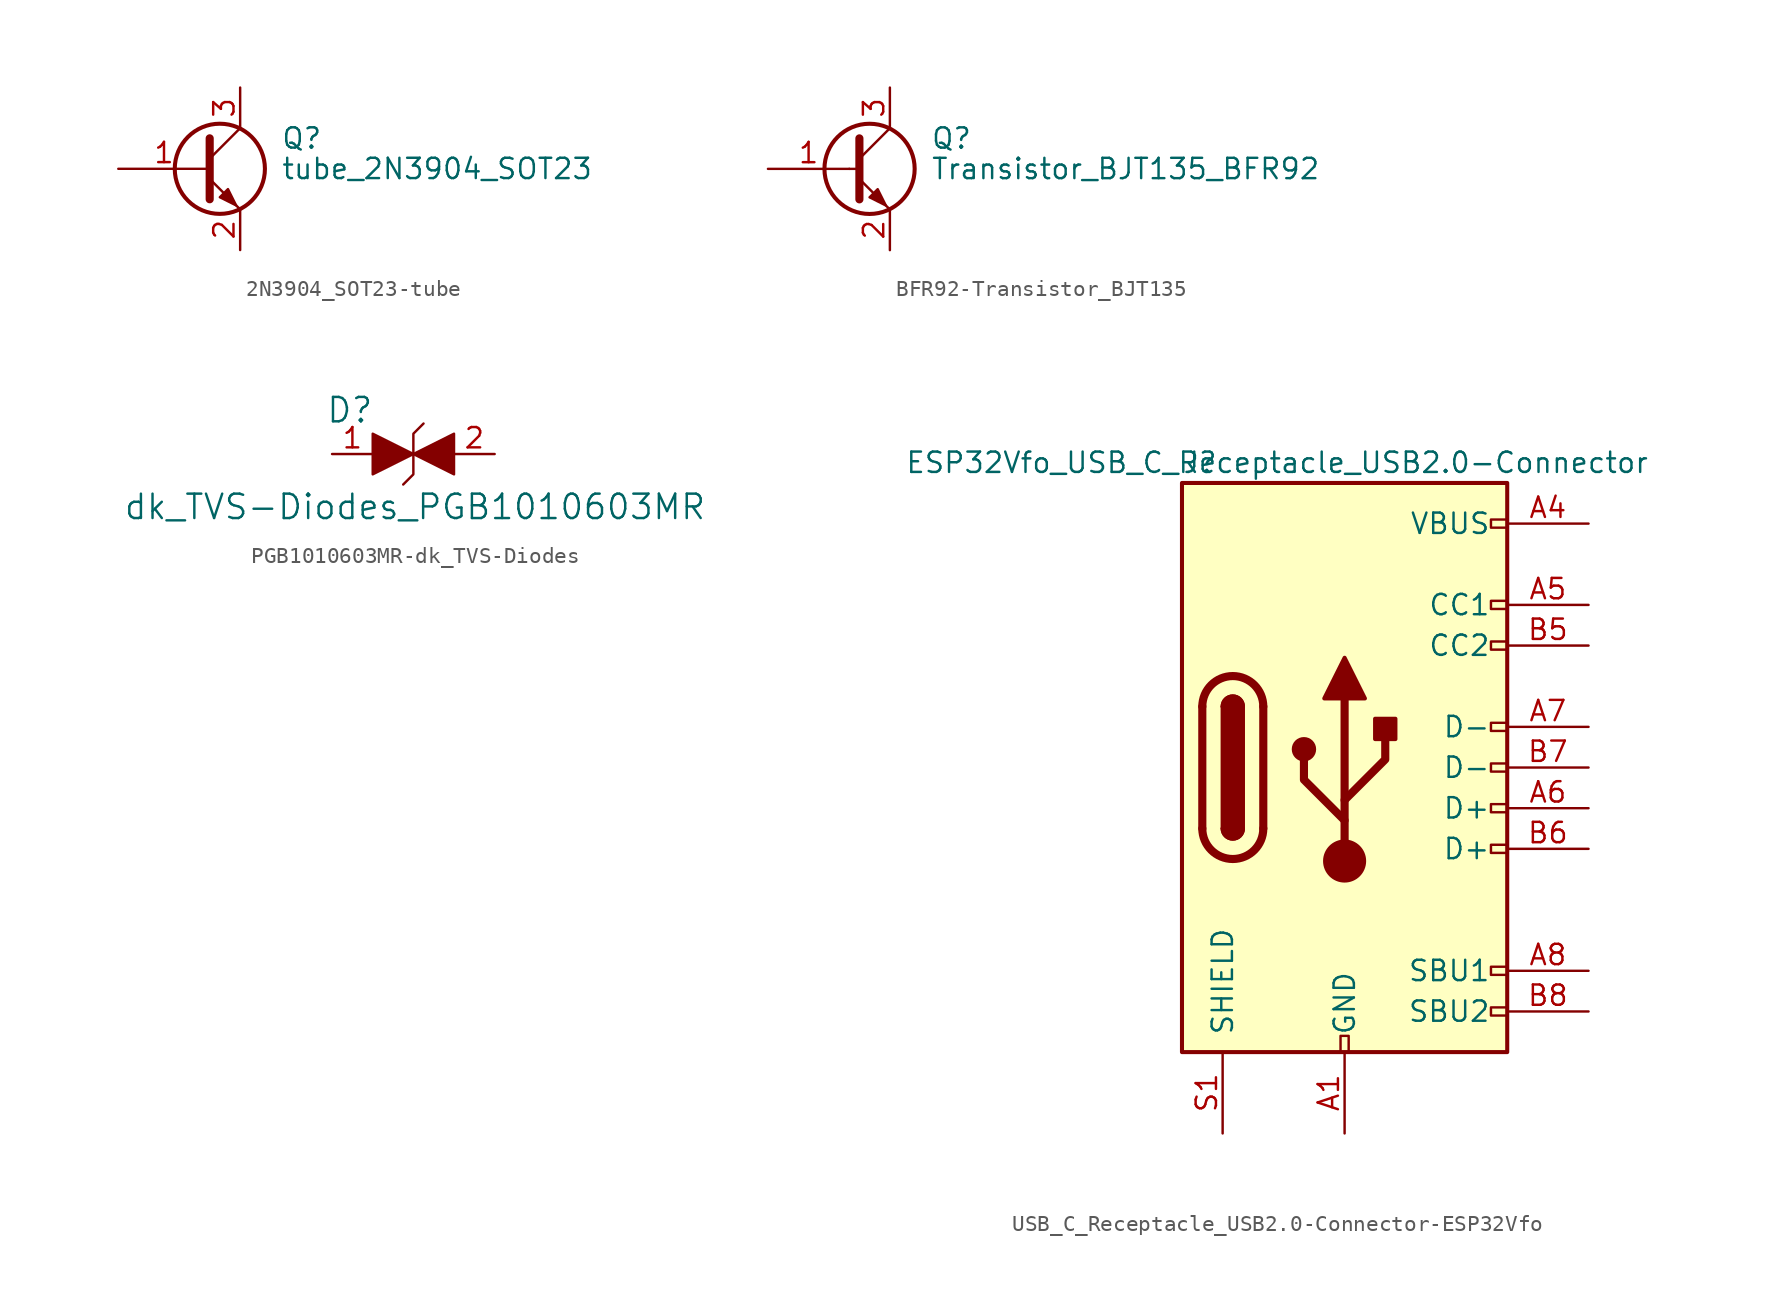
<source format=kicad_sym>
(kicad_symbol_lib
  (version 20220914)
  (generator kicad_symbol_editor)
  (symbol "2N3904_SOT23-tube"
    (pin_names
      (offset 0) hide)
    (property "Reference" "Q"
      (at 5.08 1.905 0)
      (effects (font (size 1.27 1.27)) (justify left)))
    (property "Value" "tube_2N3904_SOT23"
      (at 5.08 0 0)
      (effects (font (size 1.27 1.27)) (justify left)))
    (symbol "2N3904_SOT23-tube_0_1"
      (polyline (pts (xy 0.635 0.635) (xy 2.54 2.54)) (stroke (width 0) (type solid)) (fill (type none)))
      (polyline (pts (xy 0.635 -0.635) (xy 2.54 -2.54) (xy 2.54 -2.54)) (stroke (width 0) (type solid)) (fill (type none)))
      (polyline (pts (xy 0.635 1.905) (xy 0.635 -1.905) (xy 0.635 -1.905)) (stroke (width 0.508) (type solid)) (fill (type none)))
      (polyline (pts (xy 1.27 -1.778) (xy 1.778 -1.27) (xy 2.286 -2.286) (xy 1.27 -1.778) (xy 1.27 -1.778)) (stroke (width 0) (type solid)) (fill (type outline)))
      (circle (center 1.27 0) (radius 2.819) (stroke (width 0.254) (type solid)) (fill (type none))))
    (symbol "2N3904_SOT23-tube_1_1"
      (pin passive line (at -5.08 0 0) (length 5.715) (name "B" (effects (font (size 1.27 1.27)))) (number "1" (effects (font (size 1.27 1.27)))))
      (pin passive line (at 2.54 -5.08 90) (length 2.54) (name "E" (effects (font (size 1.27 1.27)))) (number "2" (effects (font (size 1.27 1.27)))))
      (pin passive line (at 2.54 5.08 270) (length 2.54) (name "C" (effects (font (size 1.27 1.27)))) (number "3" (effects (font (size 1.27 1.27)))))))
  (symbol "BFR92-Transistor_BJT135"
    (pin_names
      (offset 0) hide)
    (property "Reference" "Q"
      (at 5.08 1.905 0)
      (effects (font (size 1.27 1.27)) (justify left)))
    (property "Value" "Transistor_BJT135_BFR92"
      (at 5.08 0 0)
      (effects (font (size 1.27 1.27)) (justify left)))
    (symbol "BFR92-Transistor_BJT135_0_1"
      (polyline (pts (xy 0 0) (xy 0.635 0)) (stroke (width 0) (type solid)) (fill (type none)))
      (polyline (pts (xy 0.635 0.635) (xy 2.54 2.54)) (stroke (width 0) (type solid)) (fill (type none)))
      (polyline (pts (xy 2.54 -2.54) (xy 0.635 -0.635)) (stroke (width 0) (type solid)) (fill (type none)))
      (polyline (pts (xy 0.635 1.905) (xy 0.635 0) (xy 0.635 -1.905) (xy 0.635 -1.905)) (stroke (width 0.508) (type solid)) (fill (type none)))
      (polyline (pts (xy 2.286 -2.286) (xy 1.778 -1.27) (xy 1.27 -1.778) (xy 2.286 -2.286) (xy 2.286 -2.286)) (stroke (width 0) (type solid)) (fill (type outline)))
      (circle (center 1.27 0) (radius 2.819) (stroke (width 0.254) (type solid)) (fill (type none))))
    (symbol "BFR92-Transistor_BJT135_1_1"
      (pin input line (at -5.08 0 0) (length 5.08) (name "B" (effects (font (size 1.27 1.27)))) (number "1" (effects (font (size 1.27 1.27)))))
      (pin passive line (at 2.54 -5.08 90) (length 2.54) (name "E" (effects (font (size 1.27 1.27)))) (number "2" (effects (font (size 1.27 1.27)))))
      (pin passive line (at 2.54 5.08 270) (length 2.54) (name "C" (effects (font (size 1.27 1.27)))) (number "3" (effects (font (size 1.27 1.27)))))))
  (symbol "PGB1010603MR-dk_TVS-Diodes"
    (pin_names
      (offset 1.016))
    (property "Reference" "D"
      (at -5.486 2.743 0)
      (effects (font (size 1.524 1.524)) (justify left)))
    (property "Value" "dk_TVS-Diodes_PGB1010603MR"
      (at 0.102 -3.302 0)
      (effects (font (size 1.524 1.524))))
    (symbol "PGB1010603MR-dk_TVS-Diodes_0_1"
      (polyline (pts (xy 0 0) (xy 0 -1.27) (xy -0.635 -1.905)) (stroke (width 0) (type solid)) (fill (type none)))
      (polyline (pts (xy 0 0) (xy 0 1.27) (xy 0.635 1.905)) (stroke (width 0) (type solid)) (fill (type none)))
      (polyline (pts (xy -2.54 1.27) (xy -2.54 -1.27) (xy 0 0) (xy -2.54 1.27)) (stroke (width 0) (type solid)) (fill (type outline)))
      (polyline (pts (xy 2.54 1.27) (xy 2.54 -1.27) (xy 0 0) (xy 2.54 1.27)) (stroke (width 0) (type solid)) (fill (type outline))))
    (symbol "PGB1010603MR-dk_TVS-Diodes_1_1"
      (pin passive line (at -5.08 0 0) (length 2.54) (name "~" (effects (font (size 1.27 1.27)))) (number "1" (effects (font (size 1.27 1.27)))))
      (pin passive line (at 5.08 0 180) (length 2.54) (name "~" (effects (font (size 1.27 1.27)))) (number "2" (effects (font (size 1.27 1.27)))))))
  (symbol "USB_C_Receptacle_USB2.0-Connector-ESP32Vfo"
    (pin_names
      (offset 1.016))
    (property "Reference" "J"
      (at -10.16 19.05 0)
      (effects (font (size 1.27 1.27)) (justify left)))
    (property "Value" "ESP32Vfo_USB_C_Receptacle_USB2.0-Connector"
      (at 19.05 19.05 0)
      (effects (font (size 1.27 1.27)) (justify right)))
    (symbol "USB_C_Receptacle_USB2.0-Connector-ESP32Vfo_0_0"
      (rectangle (start -0.254 -17.78) (end 0.254 -16.764) (stroke (width 0) (type solid)) (fill (type none)))
      (rectangle (start 10.16 -14.986) (end 9.144 -15.494) (stroke (width 0) (type solid)) (fill (type none)))
      (rectangle (start 10.16 -12.446) (end 9.144 -12.954) (stroke (width 0) (type solid)) (fill (type none)))
      (rectangle (start 10.16 -4.826) (end 9.144 -5.334) (stroke (width 0) (type solid)) (fill (type none)))
      (rectangle (start 10.16 -2.286) (end 9.144 -2.794) (stroke (width 0) (type solid)) (fill (type none)))
      (rectangle (start 10.16 0.254) (end 9.144 -0.254) (stroke (width 0) (type solid)) (fill (type none)))
      (rectangle (start 10.16 2.794) (end 9.144 2.286) (stroke (width 0) (type solid)) (fill (type none)))
      (rectangle (start 10.16 7.874) (end 9.144 7.366) (stroke (width 0) (type solid)) (fill (type none)))
      (rectangle (start 10.16 10.414) (end 9.144 9.906) (stroke (width 0) (type solid)) (fill (type none)))
      (rectangle (start 10.16 15.494) (end 9.144 14.986) (stroke (width 0) (type solid)) (fill (type none))))
    (symbol "USB_C_Receptacle_USB2.0-Connector-ESP32Vfo_0_1"
      (rectangle (start -10.16 17.78) (end 10.16 -17.78) (stroke (width 0.254) (type solid)) (fill (type background)))
      (arc (start -8.89 -3.81) (mid -6.985 -5.7067) (end -5.08 -3.81) (stroke (width 0.508) (type solid)) (fill (type none)))
      (arc (start -7.62 -3.81) (mid -6.985 -4.4423) (end -6.35 -3.81) (stroke (width 0.254) (type solid)) (fill (type none)))
      (arc (start -7.62 -3.81) (mid -6.985 -4.4423) (end -6.35 -3.81) (stroke (width 0.254) (type solid)) (fill (type outline)))
      (rectangle (start -7.62 -3.81) (end -6.35 3.81) (stroke (width 0.254) (type solid)) (fill (type outline)))
      (arc (start -6.35 3.81) (mid -6.985 4.4423) (end -7.62 3.81) (stroke (width 0.254) (type solid)) (fill (type none)))
      (arc (start -6.35 3.81) (mid -6.985 4.4423) (end -7.62 3.81) (stroke (width 0.254) (type solid)) (fill (type outline)))
      (arc (start -5.08 3.81) (mid -6.985 5.7067) (end -8.89 3.81) (stroke (width 0.508) (type solid)) (fill (type none)))
      (circle (center -2.54 1.143) (radius 0.635) (stroke (width 0.254) (type solid)) (fill (type outline)))
      (circle (center 0 -5.842) (radius 1.27) (stroke (width 0) (type solid)) (fill (type outline)))
      (polyline (pts (xy -8.89 -3.81) (xy -8.89 3.81)) (stroke (width 0.508) (type solid)) (fill (type none)))
      (polyline (pts (xy -5.08 3.81) (xy -5.08 -3.81)) (stroke (width 0.508) (type solid)) (fill (type none)))
      (polyline (pts (xy 0 -5.842) (xy 0 4.318)) (stroke (width 0.508) (type solid)) (fill (type none)))
      (polyline (pts (xy 0 -3.302) (xy -2.54 -0.762) (xy -2.54 0.508)) (stroke (width 0.508) (type solid)) (fill (type none)))
      (polyline (pts (xy 0 -2.032) (xy 2.54 0.508) (xy 2.54 1.778)) (stroke (width 0.508) (type solid)) (fill (type none)))
      (polyline (pts (xy -1.27 4.318) (xy 0 6.858) (xy 1.27 4.318) (xy -1.27 4.318)) (stroke (width 0.254) (type solid)) (fill (type outline)))
      (rectangle (start 1.905 1.778) (end 3.175 3.048) (stroke (width 0.254) (type solid)) (fill (type outline))))
    (symbol "USB_C_Receptacle_USB2.0-Connector-ESP32Vfo_1_1"
      (pin power_in line (at 0 -22.86 90) (length 5.08) (name "GND" (effects (font (size 1.27 1.27)))) (number "A1" (effects (font (size 1.27 1.27)))))
      (pin passive line (at 0 -22.86 90) (length 5.08) hide (name "GND" (effects (font (size 1.27 1.27)))) (number "A12" (effects (font (size 1.27 1.27)))))
      (pin power_in line (at 15.24 15.24 180) (length 5.08) (name "VBUS" (effects (font (size 1.27 1.27)))) (number "A4" (effects (font (size 1.27 1.27)))))
      (pin bidirectional line (at 15.24 10.16 180) (length 5.08) (name "CC1" (effects (font (size 1.27 1.27)))) (number "A5" (effects (font (size 1.27 1.27)))))
      (pin bidirectional line (at 15.24 -2.54 180) (length 5.08) (name "D+" (effects (font (size 1.27 1.27)))) (number "A6" (effects (font (size 1.27 1.27)))))
      (pin bidirectional line (at 15.24 2.54 180) (length 5.08) (name "D-" (effects (font (size 1.27 1.27)))) (number "A7" (effects (font (size 1.27 1.27)))))
      (pin bidirectional line (at 15.24 -12.7 180) (length 5.08) (name "SBU1" (effects (font (size 1.27 1.27)))) (number "A8" (effects (font (size 1.27 1.27)))))
      (pin passive line (at 15.24 15.24 180) (length 5.08) hide (name "VBUS" (effects (font (size 1.27 1.27)))) (number "A9" (effects (font (size 1.27 1.27)))))
      (pin passive line (at 0 -22.86 90) (length 5.08) hide (name "GND" (effects (font (size 1.27 1.27)))) (number "B1" (effects (font (size 1.27 1.27)))))
      (pin passive line (at 0 -22.86 90) (length 5.08) hide (name "GND" (effects (font (size 1.27 1.27)))) (number "B12" (effects (font (size 1.27 1.27)))))
      (pin passive line (at 15.24 15.24 180) (length 5.08) hide (name "VBUS" (effects (font (size 1.27 1.27)))) (number "B4" (effects (font (size 1.27 1.27)))))
      (pin bidirectional line (at 15.24 7.62 180) (length 5.08) (name "CC2" (effects (font (size 1.27 1.27)))) (number "B5" (effects (font (size 1.27 1.27)))))
      (pin bidirectional line (at 15.24 -5.08 180) (length 5.08) (name "D+" (effects (font (size 1.27 1.27)))) (number "B6" (effects (font (size 1.27 1.27)))))
      (pin bidirectional line (at 15.24 0 180) (length 5.08) (name "D-" (effects (font (size 1.27 1.27)))) (number "B7" (effects (font (size 1.27 1.27)))))
      (pin bidirectional line (at 15.24 -15.24 180) (length 5.08) (name "SBU2" (effects (font (size 1.27 1.27)))) (number "B8" (effects (font (size 1.27 1.27)))))
      (pin passive line (at 15.24 15.24 180) (length 5.08) hide (name "VBUS" (effects (font (size 1.27 1.27)))) (number "B9" (effects (font (size 1.27 1.27)))))
      (pin passive line (at -7.62 -22.86 90) (length 5.08) (name "SHIELD" (effects (font (size 1.27 1.27)))) (number "S1" (effects (font (size 1.27 1.27))))))))
</source>
